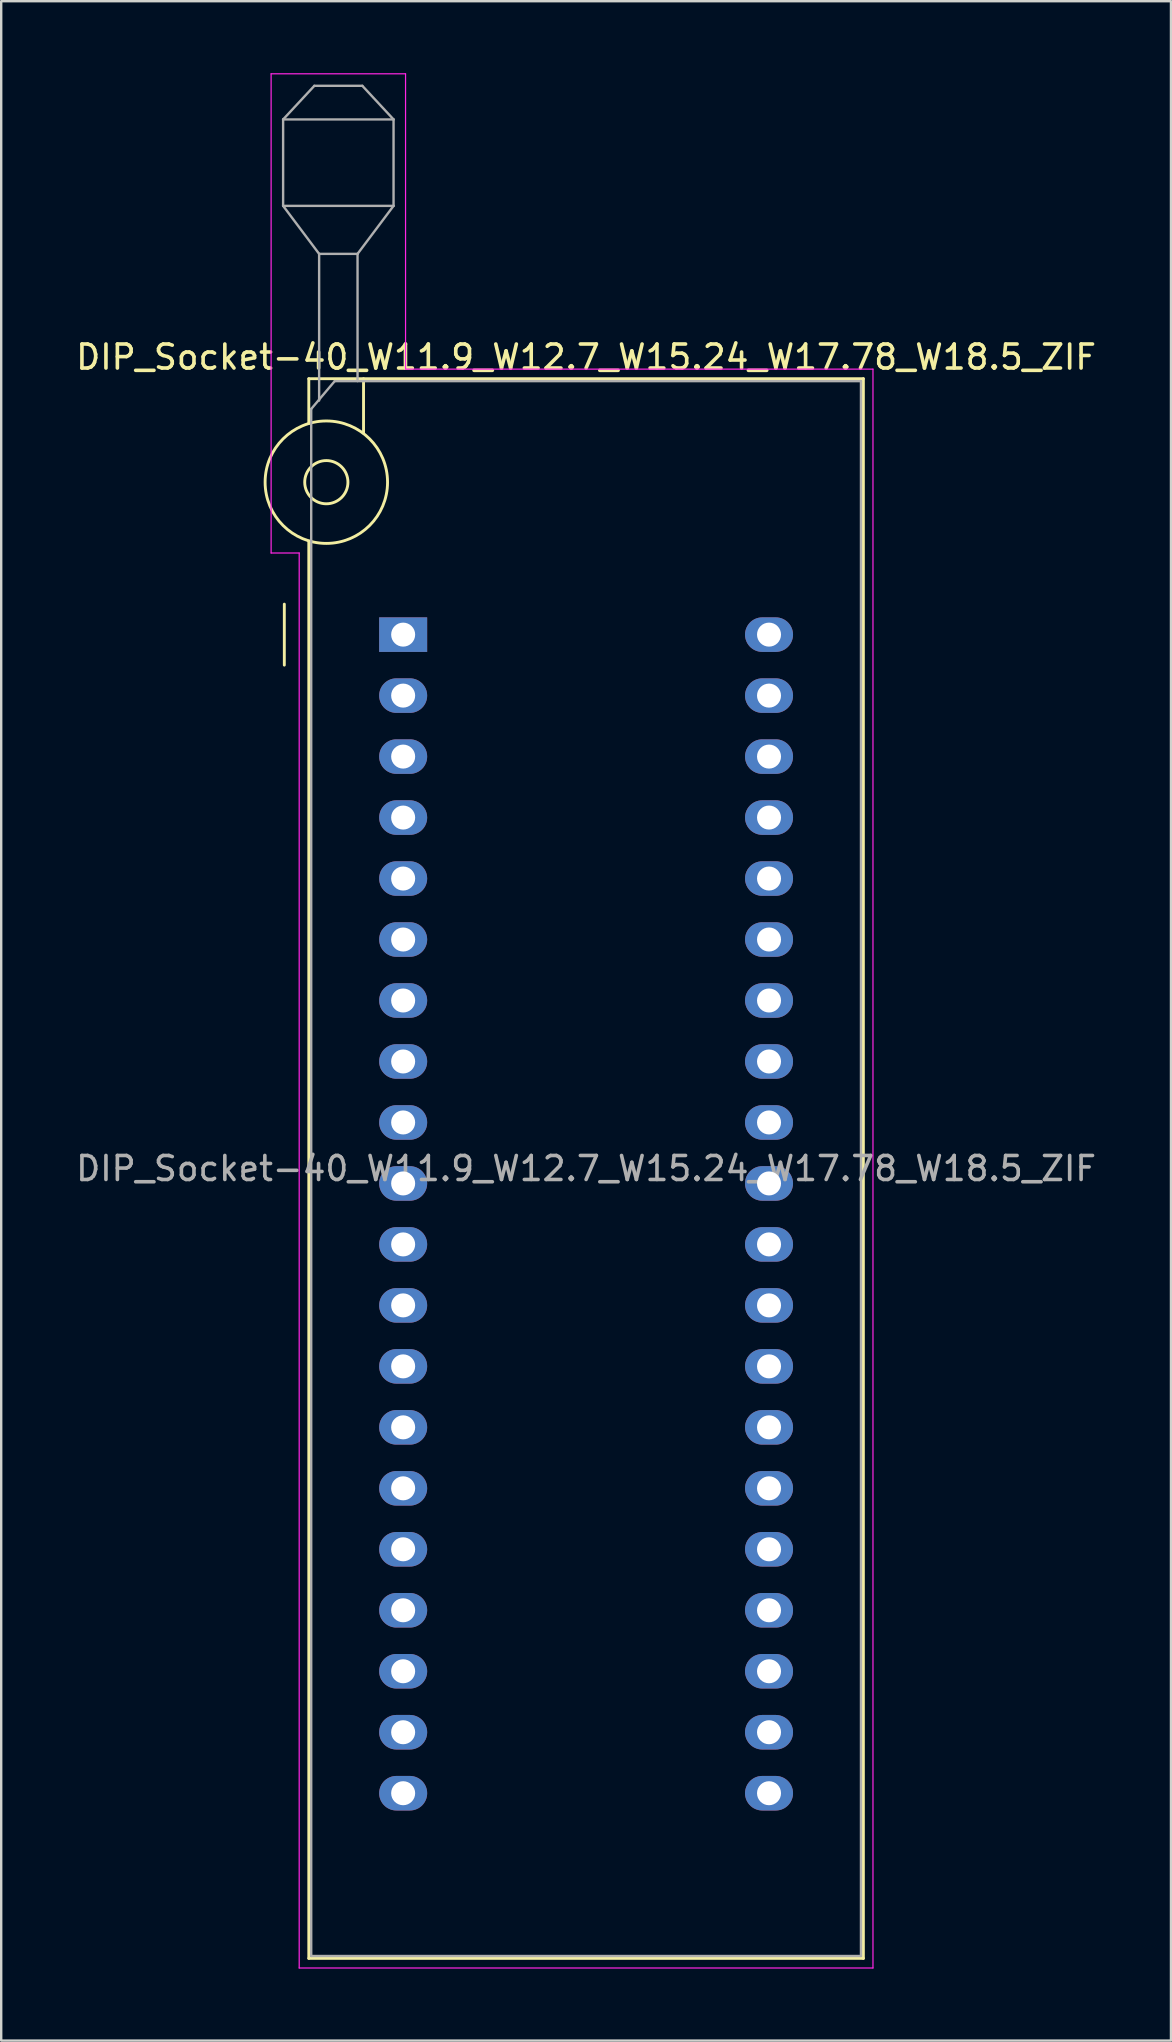
<source format=kicad_pcb>
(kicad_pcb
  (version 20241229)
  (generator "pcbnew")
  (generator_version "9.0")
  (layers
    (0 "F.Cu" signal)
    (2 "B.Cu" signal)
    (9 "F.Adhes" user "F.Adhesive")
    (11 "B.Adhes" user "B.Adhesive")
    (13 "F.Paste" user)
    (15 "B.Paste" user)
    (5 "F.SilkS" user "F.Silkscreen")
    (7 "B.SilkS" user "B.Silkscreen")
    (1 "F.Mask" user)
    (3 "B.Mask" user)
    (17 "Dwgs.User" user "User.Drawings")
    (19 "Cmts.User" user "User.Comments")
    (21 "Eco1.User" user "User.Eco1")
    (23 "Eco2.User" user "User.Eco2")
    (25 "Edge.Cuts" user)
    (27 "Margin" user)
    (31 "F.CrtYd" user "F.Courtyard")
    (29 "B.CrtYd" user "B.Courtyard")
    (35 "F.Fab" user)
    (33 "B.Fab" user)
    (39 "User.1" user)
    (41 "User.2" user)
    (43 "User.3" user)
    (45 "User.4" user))
  (footprint "DIP_Socket-40_W11.9_W12.7_W15.24_W17.78_W18.5_ZIF"
    (layer "F.Cu")
    (at 13.743 23.385)
    (property "Reference" "DIP_Socket-40_W11.9_W12.7_W15.24_W17.78_W18.5_ZIF" (at 7.62 -11.56 0) (layer "F.SilkS") (effects (font (size 1 1) (thickness 0.15))))
    (attr through_hole)
    (fp_line (start -4.95 1.27) (end -4.95 -1.27) (stroke (width 0.12) (type solid)) (layer "F.SilkS"))
    (fp_line (start -3.93 -10.66) (end -3.93 -8.8) (stroke (width 0.12) (type solid)) (layer "F.SilkS"))
    (fp_line (start -3.93 -3.9) (end -3.93 55.14) (stroke (width 0.12) (type solid)) (layer "F.SilkS"))
    (fp_line (start -3.93 55.14) (end 19.17 55.14) (stroke (width 0.12) (type solid)) (layer "F.SilkS"))
    (fp_line (start -1.65 -10.66) (end -1.65 -8.4) (stroke (width 0.12) (type solid)) (layer "F.SilkS"))
    (fp_line (start 19.17 -10.66) (end -3.93 -10.66) (stroke (width 0.12) (type solid)) (layer "F.SilkS"))
    (fp_line (start 19.17 55.14) (end 19.17 -10.66) (stroke (width 0.12) (type solid)) (layer "F.SilkS"))
    (fp_circle (center -3.2 -6.35) (end -2.3 -6.35) (stroke (width 0.12) (type solid)) (fill no) (layer "F.SilkS"))
    (fp_circle (center -3.2 -6.35) (end -0.65 -6.35) (stroke (width 0.12) (type solid)) (fill no) (layer "F.SilkS"))
    (fp_line (start -5.5 -23.36) (end 0.1 -23.36) (stroke (width 0.05) (type solid)) (layer "F.CrtYd"))
    (fp_line (start -5.5 -3.4) (end -5.5 -23.36) (stroke (width 0.05) (type solid)) (layer "F.CrtYd"))
    (fp_line (start -4.33 -3.4) (end -5.5 -3.4) (stroke (width 0.05) (type solid)) (layer "F.CrtYd"))
    (fp_line (start -4.33 55.54) (end -4.33 -3.4) (stroke (width 0.05) (type solid)) (layer "F.CrtYd"))
    (fp_line (start 0.1 -23.36) (end 0.1 -11.06) (stroke (width 0.05) (type solid)) (layer "F.CrtYd"))
    (fp_line (start 0.1 -11.06) (end 19.57 -11.06) (stroke (width 0.05) (type solid)) (layer "F.CrtYd"))
    (fp_line (start 19.57 -11.06) (end 19.57 55.54) (stroke (width 0.05) (type solid)) (layer "F.CrtYd"))
    (fp_line (start 19.57 55.54) (end -4.33 55.54) (stroke (width 0.05) (type solid)) (layer "F.CrtYd"))
    (fp_line (start -5 -21.46) (end -5 -17.86) (stroke (width 0.1) (type solid)) (layer "F.Fab"))
    (fp_line (start -5 -21.46) (end -3.7 -22.86) (stroke (width 0.1) (type solid)) (layer "F.Fab"))
    (fp_line (start -5 -17.86) (end -3.5 -15.86) (stroke (width 0.1) (type solid)) (layer "F.Fab"))
    (fp_line (start -5 -17.86) (end -0.4 -17.86) (stroke (width 0.1) (type solid)) (layer "F.Fab"))
    (fp_line (start -3.83 -9.4) (end -2.85 -10.56) (stroke (width 0.1) (type solid)) (layer "F.Fab"))
    (fp_line (start -3.83 55.04) (end -3.83 -9.4) (stroke (width 0.1) (type solid)) (layer "F.Fab"))
    (fp_line (start -3.7 -22.86) (end -1.7 -22.86) (stroke (width 0.1) (type solid)) (layer "F.Fab"))
    (fp_line (start -3.5 -15.86) (end -1.9 -15.86) (stroke (width 0.1) (type solid)) (layer "F.Fab"))
    (fp_line (start -3.5 -9.75) (end -3.5 -15.86) (stroke (width 0.1) (type solid)) (layer "F.Fab"))
    (fp_line (start -2.85 -10.56) (end 19.07 -10.56) (stroke (width 0.1) (type solid)) (layer "F.Fab"))
    (fp_line (start -1.9 -15.86) (end -1.9 -10.56) (stroke (width 0.1) (type solid)) (layer "F.Fab"))
    (fp_line (start -1.7 -22.86) (end -0.4 -21.46) (stroke (width 0.1) (type solid)) (layer "F.Fab"))
    (fp_line (start -0.4 -21.46) (end -5 -21.46) (stroke (width 0.1) (type solid)) (layer "F.Fab"))
    (fp_line (start -0.4 -17.86) (end -1.9 -15.86) (stroke (width 0.1) (type solid)) (layer "F.Fab"))
    (fp_line (start -0.4 -17.86) (end -0.4 -21.46) (stroke (width 0.1) (type solid)) (layer "F.Fab"))
    (fp_line (start 19.07 -10.56) (end 19.07 55.04) (stroke (width 0.1) (type solid)) (layer "F.Fab"))
    (fp_line (start 19.07 55.04) (end -3.83 55.04) (stroke (width 0.1) (type solid)) (layer "F.Fab"))
    (fp_text user "${REFERENCE}" (at 7.62 22.24 0) (layer "F.Fab") (effects (font (size 1 1) (thickness 0.15))))
    (pad "1" thru_hole rect (at 0 0) (size 2 1.44) (drill 1) (layers "*.Cu" "*.Mask"))
    (pad "2" thru_hole oval (at 0 2.54) (size 2 1.44) (drill 1) (layers "*.Cu" "*.Mask"))
    (pad "3" thru_hole oval (at 0 5.08) (size 2 1.44) (drill 1) (layers "*.Cu" "*.Mask"))
    (pad "4" thru_hole oval (at 0 7.62) (size 2 1.44) (drill 1) (layers "*.Cu" "*.Mask"))
    (pad "5" thru_hole oval (at 0 10.16) (size 2 1.44) (drill 1) (layers "*.Cu" "*.Mask"))
    (pad "6" thru_hole oval (at 0 12.7) (size 2 1.44) (drill 1) (layers "*.Cu" "*.Mask"))
    (pad "7" thru_hole oval (at 0 15.24) (size 2 1.44) (drill 1) (layers "*.Cu" "*.Mask"))
    (pad "8" thru_hole oval (at 0 17.78) (size 2 1.44) (drill 1) (layers "*.Cu" "*.Mask"))
    (pad "9" thru_hole oval (at 0 20.32) (size 2 1.44) (drill 1) (layers "*.Cu" "*.Mask"))
    (pad "10" thru_hole oval (at 0 22.86) (size 2 1.44) (drill 1) (layers "*.Cu" "*.Mask"))
    (pad "11" thru_hole oval (at 0 25.4) (size 2 1.44) (drill 1) (layers "*.Cu" "*.Mask"))
    (pad "12" thru_hole oval (at 0 27.94) (size 2 1.44) (drill 1) (layers "*.Cu" "*.Mask"))
    (pad "13" thru_hole oval (at 0 30.48) (size 2 1.44) (drill 1) (layers "*.Cu" "*.Mask"))
    (pad "14" thru_hole oval (at 0 33.02) (size 2 1.44) (drill 1) (layers "*.Cu" "*.Mask"))
    (pad "15" thru_hole oval (at 0 35.56) (size 2 1.44) (drill 1) (layers "*.Cu" "*.Mask"))
    (pad "16" thru_hole oval (at 0 38.1) (size 2 1.44) (drill 1) (layers "*.Cu" "*.Mask"))
    (pad "17" thru_hole oval (at 0 40.64) (size 2 1.44) (drill 1) (layers "*.Cu" "*.Mask"))
    (pad "18" thru_hole oval (at 0 43.18) (size 2 1.44) (drill 1) (layers "*.Cu" "*.Mask"))
    (pad "19" thru_hole oval (at 0 45.72) (size 2 1.44) (drill 1) (layers "*.Cu" "*.Mask"))
    (pad "20" thru_hole oval (at 0 48.26) (size 2 1.44) (drill 1) (layers "*.Cu" "*.Mask"))
    (pad "21" thru_hole oval (at 15.24 48.26) (size 2 1.44) (drill 1) (layers "*.Cu" "*.Mask"))
    (pad "22" thru_hole oval (at 15.24 45.72) (size 2 1.44) (drill 1) (layers "*.Cu" "*.Mask"))
    (pad "23" thru_hole oval (at 15.24 43.18) (size 2 1.44) (drill 1) (layers "*.Cu" "*.Mask"))
    (pad "24" thru_hole oval (at 15.24 40.64) (size 2 1.44) (drill 1) (layers "*.Cu" "*.Mask"))
    (pad "25" thru_hole oval (at 15.24 38.1) (size 2 1.44) (drill 1) (layers "*.Cu" "*.Mask"))
    (pad "26" thru_hole oval (at 15.24 35.56) (size 2 1.44) (drill 1) (layers "*.Cu" "*.Mask"))
    (pad "27" thru_hole oval (at 15.24 33.02) (size 2 1.44) (drill 1) (layers "*.Cu" "*.Mask"))
    (pad "28" thru_hole oval (at 15.24 30.48) (size 2 1.44) (drill 1) (layers "*.Cu" "*.Mask"))
    (pad "29" thru_hole oval (at 15.24 27.94) (size 2 1.44) (drill 1) (layers "*.Cu" "*.Mask"))
    (pad "30" thru_hole oval (at 15.24 25.4) (size 2 1.44) (drill 1) (layers "*.Cu" "*.Mask"))
    (pad "31" thru_hole oval (at 15.24 22.86) (size 2 1.44) (drill 1) (layers "*.Cu" "*.Mask"))
    (pad "32" thru_hole oval (at 15.24 20.32) (size 2 1.44) (drill 1) (layers "*.Cu" "*.Mask"))
    (pad "33" thru_hole oval (at 15.24 17.78) (size 2 1.44) (drill 1) (layers "*.Cu" "*.Mask"))
    (pad "34" thru_hole oval (at 15.24 15.24) (size 2 1.44) (drill 1) (layers "*.Cu" "*.Mask"))
    (pad "35" thru_hole oval (at 15.24 12.7) (size 2 1.44) (drill 1) (layers "*.Cu" "*.Mask"))
    (pad "36" thru_hole oval (at 15.24 10.16) (size 2 1.44) (drill 1) (layers "*.Cu" "*.Mask"))
    (pad "37" thru_hole oval (at 15.24 7.62) (size 2 1.44) (drill 1) (layers "*.Cu" "*.Mask"))
    (pad "38" thru_hole oval (at 15.24 5.08) (size 2 1.44) (drill 1) (layers "*.Cu" "*.Mask"))
    (pad "39" thru_hole oval (at 15.24 2.54) (size 2 1.44) (drill 1) (layers "*.Cu" "*.Mask"))
    (pad "40" thru_hole oval (at 15.24 0) (size 2 1.44) (drill 1) (layers "*.Cu" "*.Mask")))
  (gr_rect
    (start -3 -3)
    (end 45.726 81.95)
    (stroke (width 0.1) (type default))
    (fill no)
    (layer "Edge.Cuts")))
</source>
